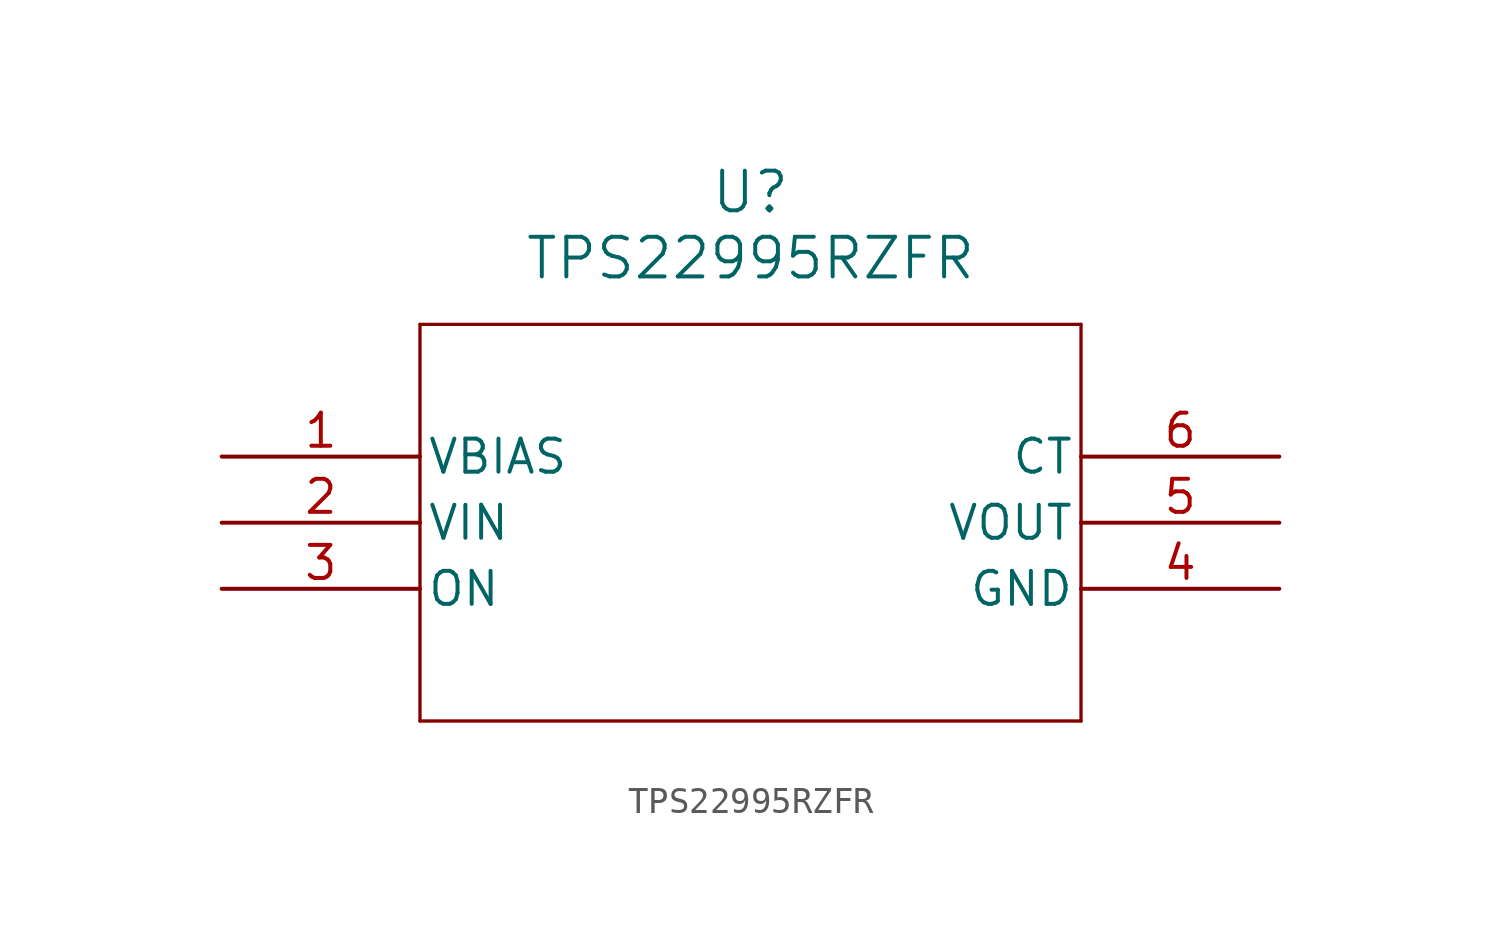
<source format=kicad_sym>
(kicad_symbol_lib
  (version 20211014)
  (generator kicad_symbol_editor)
  (symbol "TPS22995RZFR"
    (pin_names
      (offset 0.254))
    (property "Reference" "U"
      (at 20.32 10.16 0)
      (effects (font (size 1.524 1.524))))
    (property "Value" "TPS22995RZFR"
      (at 20.32 7.62 0)
      (effects (font (size 1.524 1.524))))
    (symbol "TPS22995RZFR_0_1"
      (polyline (pts (xy 7.62 5.08) (xy 7.62 -10.16)) (stroke (width 0.127) (type default) (color 0 0 0 0)) (fill (type none)))
      (polyline (pts (xy 7.62 -10.16) (xy 33.02 -10.16)) (stroke (width 0.127) (type default) (color 0 0 0 0)) (fill (type none)))
      (polyline (pts (xy 33.02 -10.16) (xy 33.02 5.08)) (stroke (width 0.127) (type default) (color 0 0 0 0)) (fill (type none)))
      (polyline (pts (xy 33.02 5.08) (xy 7.62 5.08)) (stroke (width 0.127) (type default) (color 0 0 0 0)) (fill (type none)))
      (pin power_in line (at 0 0 0) (length 7.62) (name "VBIAS" (effects (font (size 1.27 1.27)))) (number "1" (effects (font (size 1.27 1.27)))))
      (pin power_in line (at 0 -2.54 0) (length 7.62) (name "VIN" (effects (font (size 1.27 1.27)))) (number "2" (effects (font (size 1.27 1.27)))))
      (pin input line (at 0 -5.08 0) (length 7.62) (name "ON" (effects (font (size 1.27 1.27)))) (number "3" (effects (font (size 1.27 1.27)))))
      (pin power_out line (at 40.64 -5.08 180) (length 7.62) (name "GND" (effects (font (size 1.27 1.27)))) (number "4" (effects (font (size 1.27 1.27)))))
      (pin output line (at 40.64 -2.54 180) (length 7.62) (name "VOUT" (effects (font (size 1.27 1.27)))) (number "5" (effects (font (size 1.27 1.27)))))
      (pin input line (at 40.64 0 180) (length 7.62) (name "CT" (effects (font (size 1.27 1.27)))) (number "6" (effects (font (size 1.27 1.27))))))))
</source>
